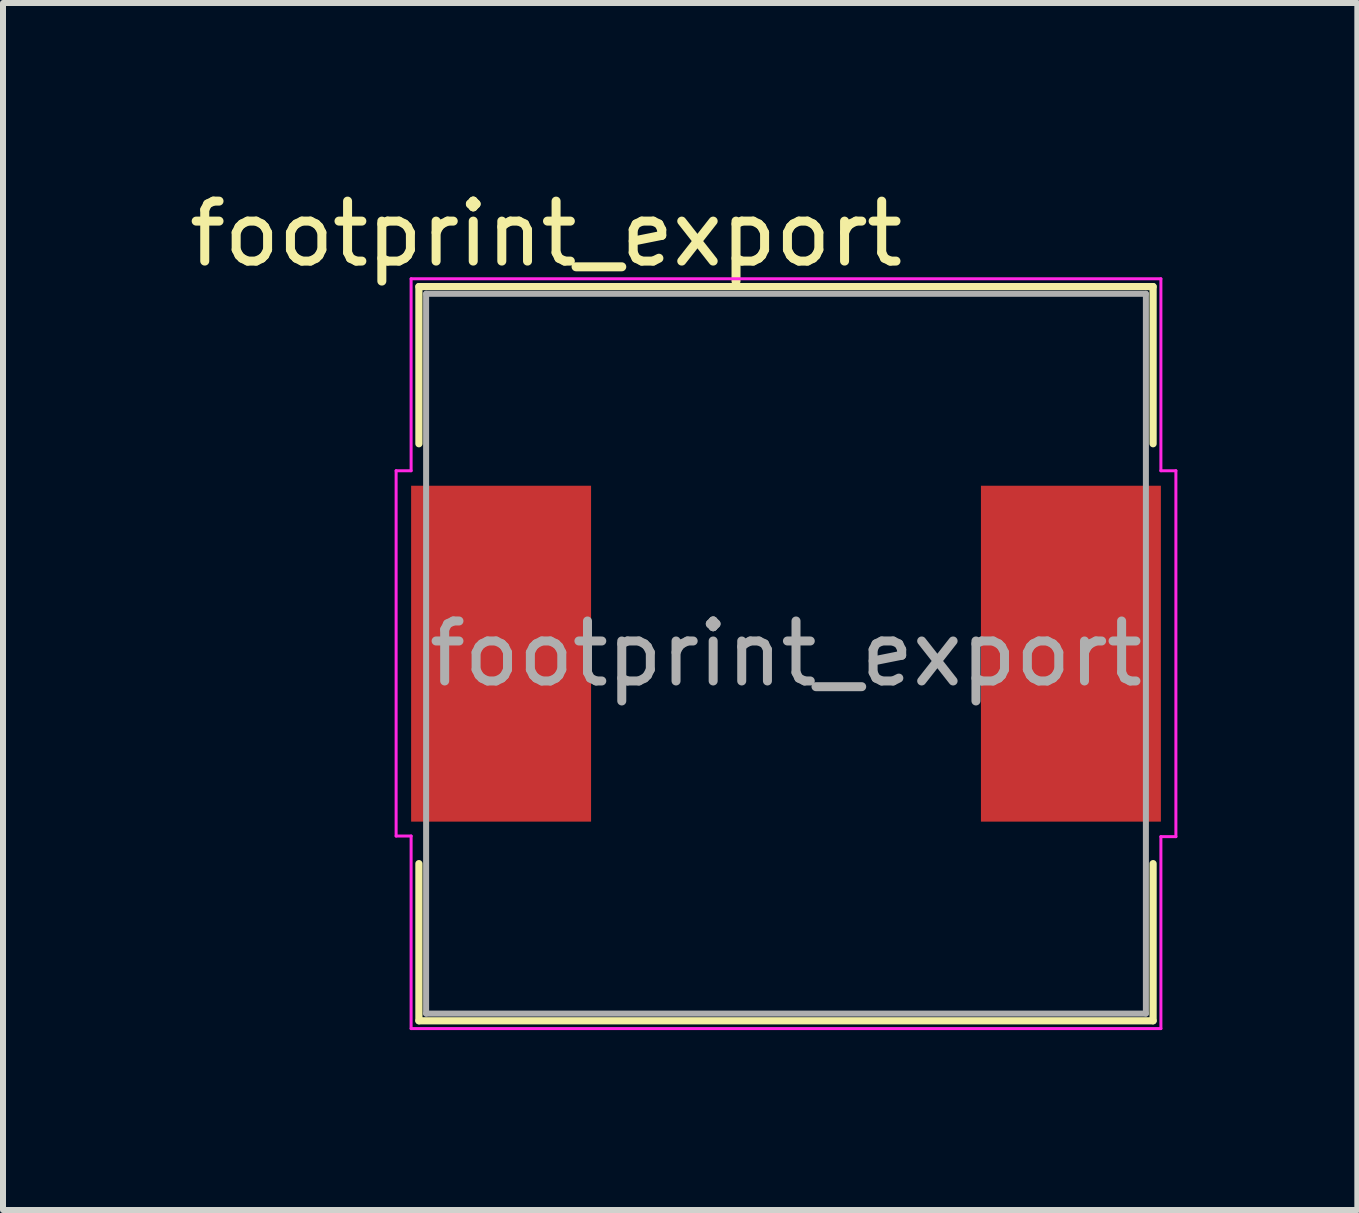
<source format=kicad_pcb>
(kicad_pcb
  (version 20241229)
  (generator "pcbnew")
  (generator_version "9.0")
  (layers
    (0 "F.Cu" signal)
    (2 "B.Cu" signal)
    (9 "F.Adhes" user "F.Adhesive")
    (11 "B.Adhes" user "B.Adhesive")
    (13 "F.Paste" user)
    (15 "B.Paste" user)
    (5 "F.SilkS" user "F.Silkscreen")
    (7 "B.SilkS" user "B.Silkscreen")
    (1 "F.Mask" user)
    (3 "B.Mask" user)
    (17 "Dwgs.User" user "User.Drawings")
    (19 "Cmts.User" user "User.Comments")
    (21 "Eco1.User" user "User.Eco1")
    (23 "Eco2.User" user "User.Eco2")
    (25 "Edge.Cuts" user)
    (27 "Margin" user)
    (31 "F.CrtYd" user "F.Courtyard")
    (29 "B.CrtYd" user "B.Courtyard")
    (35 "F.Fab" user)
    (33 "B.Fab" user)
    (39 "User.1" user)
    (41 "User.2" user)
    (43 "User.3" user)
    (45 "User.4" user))
  (footprint "footprint_export"
    (layer "F.Cu")
    (at 10.054 7.848)
    (property "Reference" "footprint_export" (at -4 -7 0) (layer "F.SilkS") (effects (font (size 1 1) (thickness 0.15))))
    (attr smd)
    (fp_line (start -6.12 -6.12) (end -6.12 -3.5) (stroke (width 0.12) (type solid)) (layer "F.SilkS"))
    (fp_line (start -6.12 -6.12) (end 6.12 -6.12) (stroke (width 0.12) (type solid)) (layer "F.SilkS"))
    (fp_line (start -6.12 3.5) (end -6.12 6.12) (stroke (width 0.12) (type solid)) (layer "F.SilkS"))
    (fp_line (start -6.12 6.12) (end 6.12 6.12) (stroke (width 0.12) (type solid)) (layer "F.SilkS"))
    (fp_line (start 6.12 -6.12) (end 6.12 -3.5) (stroke (width 0.12) (type solid)) (layer "F.SilkS"))
    (fp_line (start 6.12 3.5) (end 6.12 6.12) (stroke (width 0.12) (type solid)) (layer "F.SilkS"))
    (fp_line (start -6.5 3.04) (end -6.5 -3.05) (stroke (width 0.05) (type solid)) (layer "F.CrtYd"))
    (fp_line (start -6.25 -6.25) (end -6.25 -3.05) (stroke (width 0.05) (type solid)) (layer "F.CrtYd"))
    (fp_line (start -6.25 -6.25) (end 6.25 -6.25) (stroke (width 0.05) (type solid)) (layer "F.CrtYd"))
    (fp_line (start -6.25 -3.05) (end -6.5 -3.05) (stroke (width 0.05) (type solid)) (layer "F.CrtYd"))
    (fp_line (start -6.25 3.04) (end -6.5 3.04) (stroke (width 0.05) (type solid)) (layer "F.CrtYd"))
    (fp_line (start -6.25 3.04) (end -6.25 6.25) (stroke (width 0.05) (type solid)) (layer "F.CrtYd"))
    (fp_line (start 6.25 -6.25) (end 6.25 -3.05) (stroke (width 0.05) (type solid)) (layer "F.CrtYd"))
    (fp_line (start 6.25 -3.05) (end 6.5 -3.05) (stroke (width 0.05) (type solid)) (layer "F.CrtYd"))
    (fp_line (start 6.25 3.05) (end 6.25 6.25) (stroke (width 0.05) (type solid)) (layer "F.CrtYd"))
    (fp_line (start 6.25 6.25) (end -6.25 6.25) (stroke (width 0.05) (type solid)) (layer "F.CrtYd"))
    (fp_line (start 6.5 -3.05) (end 6.5 3.05) (stroke (width 0.05) (type solid)) (layer "F.CrtYd"))
    (fp_line (start 6.5 3.05) (end 6.25 3.05) (stroke (width 0.05) (type solid)) (layer "F.CrtYd"))
    (fp_line (start -6 -6) (end 6 -6) (stroke (width 0.1) (type solid)) (layer "F.Fab"))
    (fp_line (start -6 6) (end -6 -6) (stroke (width 0.1) (type solid)) (layer "F.Fab"))
    (fp_line (start 6 -6) (end 6 6) (stroke (width 0.1) (type solid)) (layer "F.Fab"))
    (fp_line (start 6 6) (end -6 6) (stroke (width 0.1) (type solid)) (layer "F.Fab"))
    (fp_text user "${REFERENCE}" (at 0 0 0) (layer "F.Fab") (effects (font (size 1 1) (thickness 0.15))))
    (pad "1" smd rect (at -4.75 0 90) (size 5.6 3) (layers "F.Cu" "F.Mask" "F.Paste"))
    (pad "2" smd rect (at 4.75 0 90) (size 5.6 3) (layers "F.Cu" "F.Mask" "F.Paste")))
  (gr_rect
    (start -3 -3)
    (end 19.579 17.123)
    (stroke (width 0.1) (type default))
    (fill no)
    (layer "Edge.Cuts")))
</source>
